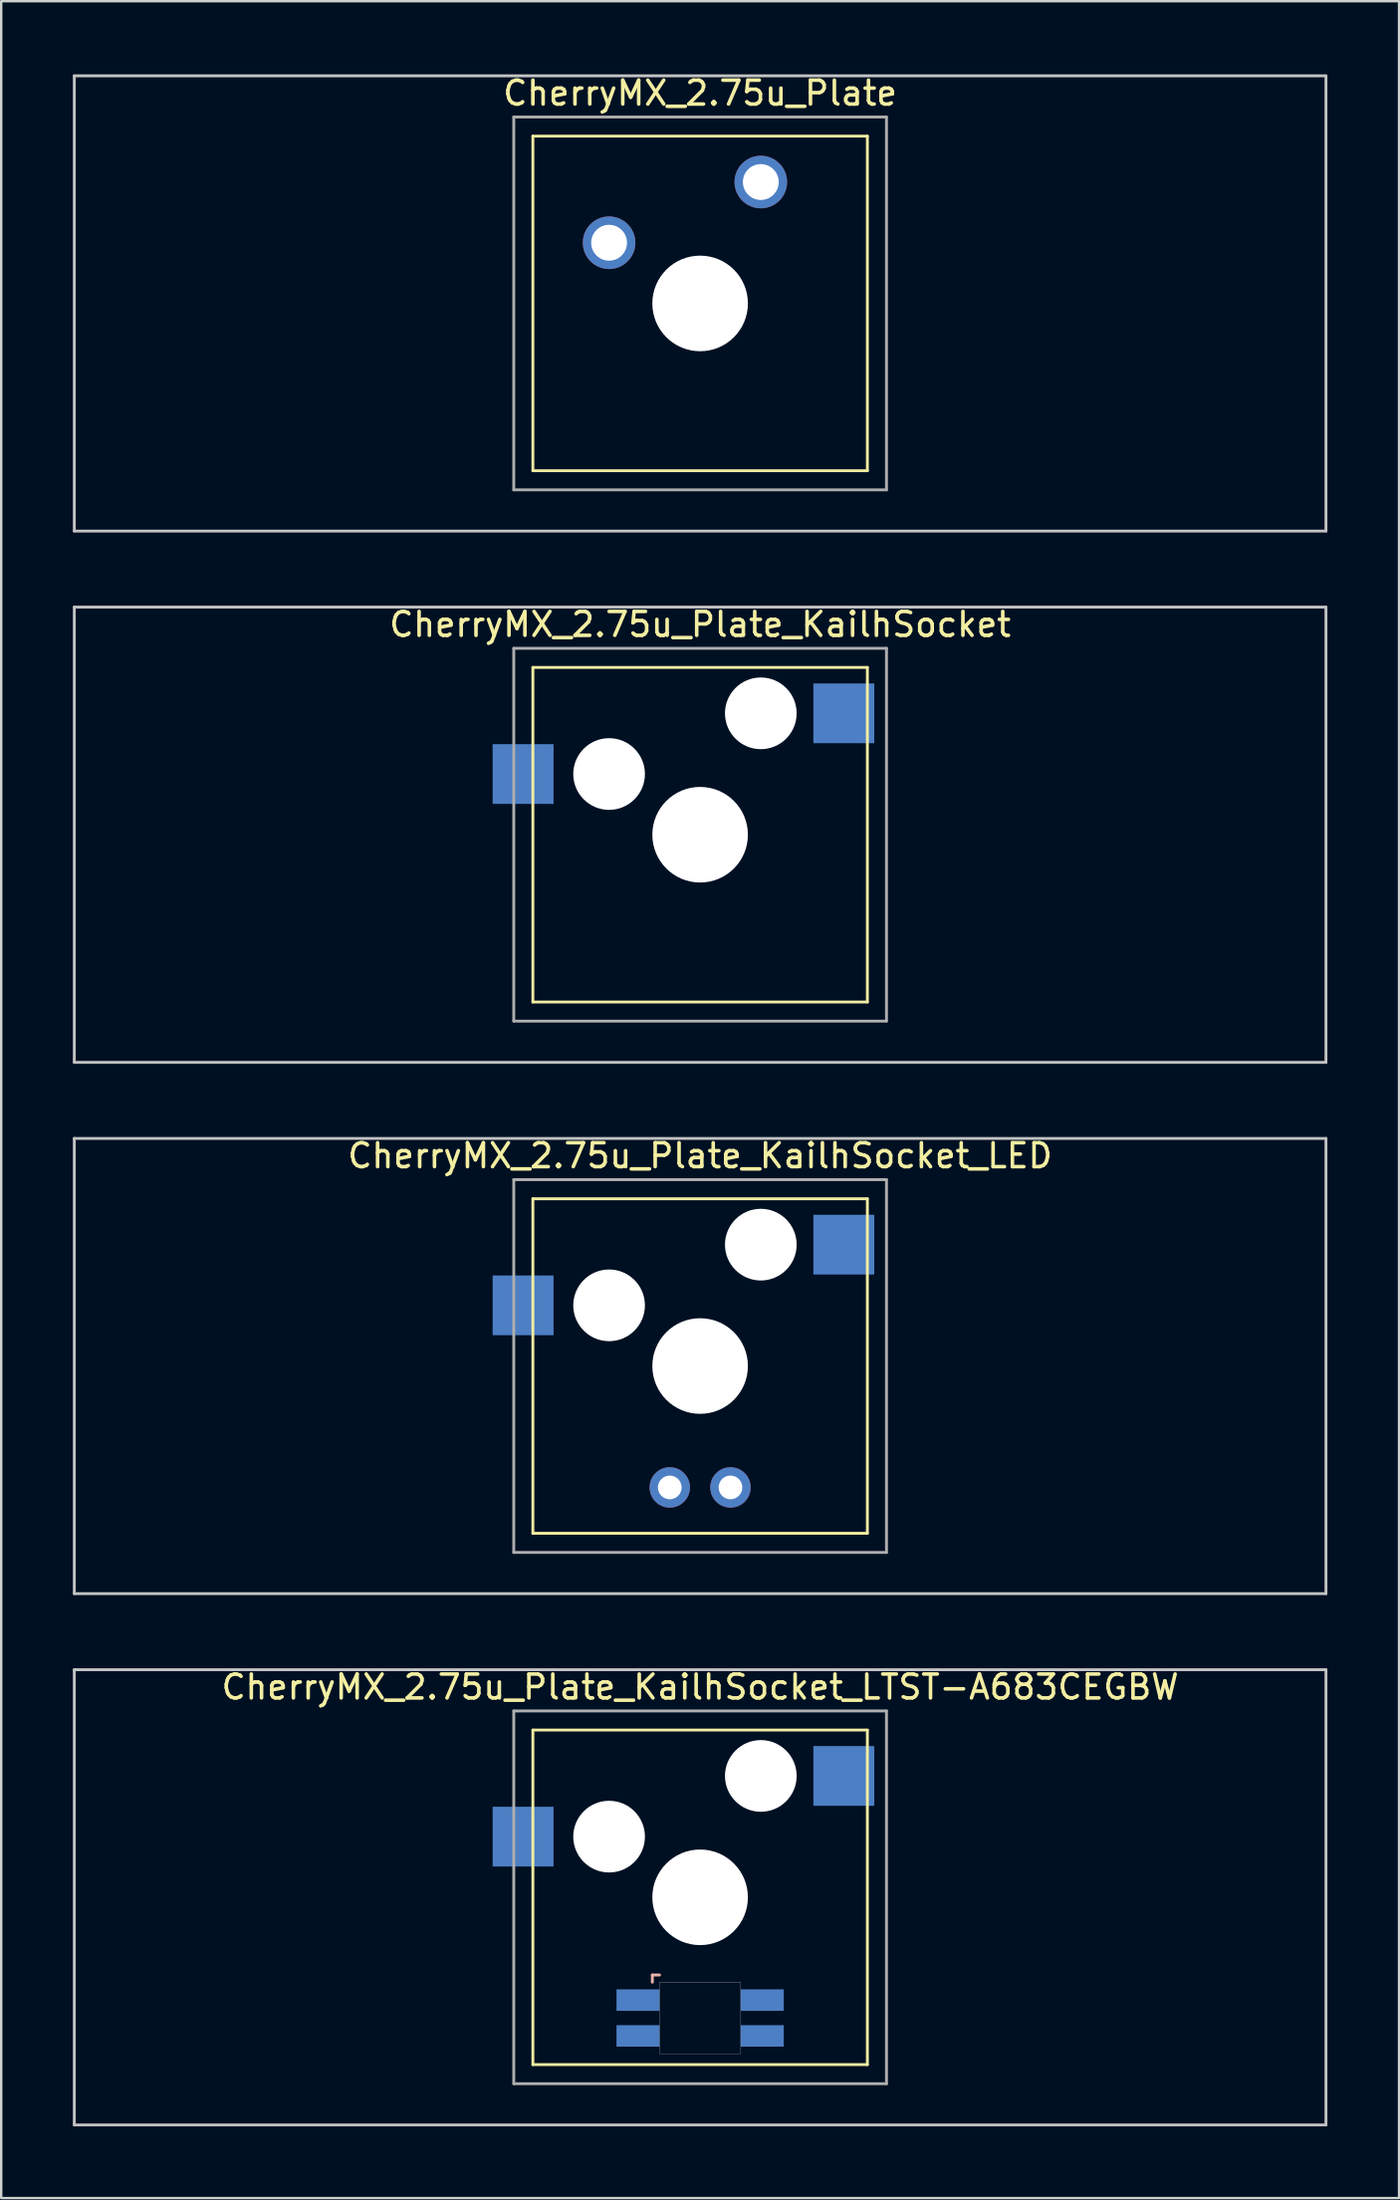
<source format=kicad_pcb>
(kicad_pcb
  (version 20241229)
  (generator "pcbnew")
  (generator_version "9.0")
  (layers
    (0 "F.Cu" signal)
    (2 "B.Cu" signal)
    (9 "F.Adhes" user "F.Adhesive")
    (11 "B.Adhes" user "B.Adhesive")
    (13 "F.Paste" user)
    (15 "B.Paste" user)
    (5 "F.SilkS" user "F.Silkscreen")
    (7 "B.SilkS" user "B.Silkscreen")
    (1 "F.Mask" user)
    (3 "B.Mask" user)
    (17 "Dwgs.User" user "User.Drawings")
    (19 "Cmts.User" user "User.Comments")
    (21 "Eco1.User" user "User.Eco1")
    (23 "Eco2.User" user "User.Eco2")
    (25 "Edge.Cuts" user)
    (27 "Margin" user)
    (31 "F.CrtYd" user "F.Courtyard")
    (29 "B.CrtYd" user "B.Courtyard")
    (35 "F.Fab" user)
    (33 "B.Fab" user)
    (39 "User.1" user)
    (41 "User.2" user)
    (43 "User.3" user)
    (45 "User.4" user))
  (footprint "CherryMX_2.75u_Plate"
    (layer "F.Cu")
    (at 26.254 9.648)
    (property "Reference" "CherryMX_2.75u_Plate" (at 0 -8.8 0) (layer "F.SilkS") (effects (font (size 1 1) (thickness 0.15))))
    (attr through_hole)
    (fp_line (start -7 -7) (end -7 7) (stroke (width 0.12) (type solid)) (layer "F.SilkS"))
    (fp_line (start -7 -7) (end 7 -7) (stroke (width 0.12) (type solid)) (layer "F.SilkS"))
    (fp_line (start 7 -7) (end 7 7) (stroke (width 0.12) (type solid)) (layer "F.SilkS"))
    (fp_line (start 7 7) (end -7 7) (stroke (width 0.12) (type solid)) (layer "F.SilkS"))
    (fp_line (start -26.194 -9.525) (end 26.194 -9.525) (stroke (width 0.12) (type solid)) (layer "Dwgs.User"))
    (fp_line (start -26.194 9.525) (end -26.194 -9.525) (stroke (width 0.12) (type solid)) (layer "Dwgs.User"))
    (fp_line (start 26.194 -9.525) (end 26.194 9.525) (stroke (width 0.12) (type solid)) (layer "Dwgs.User"))
    (fp_line (start 26.194 9.525) (end -26.194 9.525) (stroke (width 0.12) (type solid)) (layer "Dwgs.User"))
    (fp_line (start -7.8 -7.8) (end -7.8 7.8) (stroke (width 0.12) (type solid)) (layer "F.Fab"))
    (fp_line (start -7.8 -7.8) (end 7.8 -7.8) (stroke (width 0.12) (type solid)) (layer "F.Fab"))
    (fp_line (start -7.8 7.8) (end 7.8 7.8) (stroke (width 0.12) (type solid)) (layer "F.Fab"))
    (fp_line (start 7.8 -7.8) (end 7.8 7.8) (stroke (width 0.12) (type solid)) (layer "F.Fab"))
    (pad "" np_thru_hole circle (at 0 0) (size 4 4) (drill 4) (layers "*.Cu" "*.Mask"))
    (pad "1" thru_hole circle (at -3.81 -2.54) (size 2.2 2.2) (drill 1.5) (layers "*.Cu" "*.Mask"))
    (pad "2" thru_hole circle (at 2.54 -5.08) (size 2.2 2.2) (drill 1.5) (layers "*.Cu" "*.Mask")))
  (footprint "CherryMX_2.75u_Plate_KailhSocket_LTST-A683CEGBW"
    (layer "F.Cu")
    (at 26.254 76.348)
    (property "Reference" "CherryMX_2.75u_Plate_KailhSocket_LTST-A683CEGBW" (at 0 -8.8 0) (layer "F.SilkS") (effects (font (size 1 1) (thickness 0.15))))
    (attr through_hole)
    (fp_line (start -7 -7) (end -7 7) (stroke (width 0.12) (type solid)) (layer "F.SilkS"))
    (fp_line (start -7 -7) (end 7 -7) (stroke (width 0.12) (type solid)) (layer "F.SilkS"))
    (fp_line (start 7 -7) (end 7 7) (stroke (width 0.12) (type solid)) (layer "F.SilkS"))
    (fp_line (start 7 7) (end -7 7) (stroke (width 0.12) (type solid)) (layer "F.SilkS"))
    (fp_line (start -2 3.25) (end -2 3.55) (stroke (width 0.12) (type solid)) (layer "B.SilkS"))
    (fp_line (start -1.7 3.25) (end -2 3.25) (stroke (width 0.12) (type solid)) (layer "B.SilkS"))
    (fp_line (start -26.194 -9.525) (end 26.194 -9.525) (stroke (width 0.12) (type solid)) (layer "Dwgs.User"))
    (fp_line (start -26.194 9.525) (end -26.194 -9.525) (stroke (width 0.12) (type solid)) (layer "Dwgs.User"))
    (fp_line (start 26.194 -9.525) (end 26.194 9.525) (stroke (width 0.12) (type solid)) (layer "Dwgs.User"))
    (fp_line (start 26.194 9.525) (end -26.194 9.525) (stroke (width 0.12) (type solid)) (layer "Dwgs.User"))
    (fp_poly (pts (xy 1.7 6.55) (xy -1.7 6.55) (xy -1.7 3.55) (xy 1.7 3.55)) (stroke (width 0.01) (type solid)) (fill no) (layer "Edge.Cuts"))
    (fp_line (start -7.8 -7.8) (end -7.8 7.8) (stroke (width 0.12) (type solid)) (layer "F.Fab"))
    (fp_line (start -7.8 -7.8) (end 7.8 -7.8) (stroke (width 0.12) (type solid)) (layer "F.Fab"))
    (fp_line (start -7.8 7.8) (end 7.8 7.8) (stroke (width 0.12) (type solid)) (layer "F.Fab"))
    (fp_line (start 7.8 -7.8) (end 7.8 7.8) (stroke (width 0.12) (type solid)) (layer "F.Fab"))
    (pad "" np_thru_hole circle (at -3.81 -2.54) (size 3 3) (drill 3) (layers "*.Cu" "*.Mask"))
    (pad "" np_thru_hole circle (at 0 0) (size 4 4) (drill 4) (layers "*.Cu" "*.Mask"))
    (pad "" np_thru_hole circle (at 2.54 -5.08) (size 3 3) (drill 3) (layers "*.Cu" "*.Mask"))
    (pad "1" smd rect (at -7.41 -2.54) (size 2.55 2.5) (layers "B.Cu" "B.Mask" "B.Paste"))
    (pad "2" smd rect (at 6.015 -5.08) (size 2.55 2.5) (layers "B.Cu" "B.Mask" "B.Paste"))
    (pad "3" smd rect (at -2.6 4.3) (size 1.8 0.9) (layers "B.Cu" "B.Mask" "B.Paste"))
    (pad "4" smd rect (at -2.6 5.8) (size 1.8 0.9) (layers "B.Cu" "B.Mask" "B.Paste"))
    (pad "5" smd rect (at 2.6 4.3) (size 1.8 0.9) (layers "B.Cu" "B.Mask" "B.Paste"))
    (pad "6" smd rect (at 2.6 5.8) (size 1.8 0.9) (layers "B.Cu" "B.Mask" "B.Paste")))
  (footprint "CherryMX_2.75u_Plate_KailhSocket_LED"
    (layer "F.Cu")
    (at 26.254 54.115)
    (property "Reference" "CherryMX_2.75u_Plate_KailhSocket_LED" (at 0 -8.8 0) (layer "F.SilkS") (effects (font (size 1 1) (thickness 0.15))))
    (attr through_hole)
    (fp_line (start -7 -7) (end -7 7) (stroke (width 0.12) (type solid)) (layer "F.SilkS"))
    (fp_line (start -7 -7) (end 7 -7) (stroke (width 0.12) (type solid)) (layer "F.SilkS"))
    (fp_line (start 7 -7) (end 7 7) (stroke (width 0.12) (type solid)) (layer "F.SilkS"))
    (fp_line (start 7 7) (end -7 7) (stroke (width 0.12) (type solid)) (layer "F.SilkS"))
    (fp_line (start -26.194 -9.525) (end 26.194 -9.525) (stroke (width 0.12) (type solid)) (layer "Dwgs.User"))
    (fp_line (start -26.194 9.525) (end -26.194 -9.525) (stroke (width 0.12) (type solid)) (layer "Dwgs.User"))
    (fp_line (start 26.194 -9.525) (end 26.194 9.525) (stroke (width 0.12) (type solid)) (layer "Dwgs.User"))
    (fp_line (start 26.194 9.525) (end -26.194 9.525) (stroke (width 0.12) (type solid)) (layer "Dwgs.User"))
    (fp_line (start -7.8 -7.8) (end -7.8 7.8) (stroke (width 0.12) (type solid)) (layer "F.Fab"))
    (fp_line (start -7.8 -7.8) (end 7.8 -7.8) (stroke (width 0.12) (type solid)) (layer "F.Fab"))
    (fp_line (start -7.8 7.8) (end 7.8 7.8) (stroke (width 0.12) (type solid)) (layer "F.Fab"))
    (fp_line (start 7.8 -7.8) (end 7.8 7.8) (stroke (width 0.12) (type solid)) (layer "F.Fab"))
    (pad "" np_thru_hole circle (at -3.81 -2.54) (size 3 3) (drill 3) (layers "*.Cu" "*.Mask"))
    (pad "" np_thru_hole circle (at 0 0) (size 4 4) (drill 4) (layers "*.Cu" "*.Mask"))
    (pad "" np_thru_hole circle (at 2.54 -5.08) (size 3 3) (drill 3) (layers "*.Cu" "*.Mask"))
    (pad "1" smd rect (at -7.41 -2.54) (size 2.55 2.5) (layers "B.Cu" "B.Mask" "B.Paste"))
    (pad "2" smd rect (at 6.015 -5.08) (size 2.55 2.5) (layers "B.Cu" "B.Mask" "B.Paste"))
    (pad "3" thru_hole circle (at -1.27 5.08) (size 1.691 1.691) (drill 0.991) (layers "*.Cu" "*.Mask"))
    (pad "4" thru_hole circle (at 1.27 5.08) (size 1.691 1.691) (drill 0.991) (layers "*.Cu" "*.Mask")))
  (footprint "CherryMX_2.75u_Plate_KailhSocket"
    (layer "F.Cu")
    (at 26.254 31.881)
    (property "Reference" "CherryMX_2.75u_Plate_KailhSocket" (at 0 -8.8 0) (layer "F.SilkS") (effects (font (size 1 1) (thickness 0.15))))
    (attr through_hole)
    (fp_line (start -7 -7) (end -7 7) (stroke (width 0.12) (type solid)) (layer "F.SilkS"))
    (fp_line (start -7 -7) (end 7 -7) (stroke (width 0.12) (type solid)) (layer "F.SilkS"))
    (fp_line (start 7 -7) (end 7 7) (stroke (width 0.12) (type solid)) (layer "F.SilkS"))
    (fp_line (start 7 7) (end -7 7) (stroke (width 0.12) (type solid)) (layer "F.SilkS"))
    (fp_line (start -26.194 -9.525) (end 26.194 -9.525) (stroke (width 0.12) (type solid)) (layer "Dwgs.User"))
    (fp_line (start -26.194 9.525) (end -26.194 -9.525) (stroke (width 0.12) (type solid)) (layer "Dwgs.User"))
    (fp_line (start 26.194 -9.525) (end 26.194 9.525) (stroke (width 0.12) (type solid)) (layer "Dwgs.User"))
    (fp_line (start 26.194 9.525) (end -26.194 9.525) (stroke (width 0.12) (type solid)) (layer "Dwgs.User"))
    (fp_line (start -7.8 -7.8) (end -7.8 7.8) (stroke (width 0.12) (type solid)) (layer "F.Fab"))
    (fp_line (start -7.8 -7.8) (end 7.8 -7.8) (stroke (width 0.12) (type solid)) (layer "F.Fab"))
    (fp_line (start -7.8 7.8) (end 7.8 7.8) (stroke (width 0.12) (type solid)) (layer "F.Fab"))
    (fp_line (start 7.8 -7.8) (end 7.8 7.8) (stroke (width 0.12) (type solid)) (layer "F.Fab"))
    (pad "" np_thru_hole circle (at -3.81 -2.54) (size 3 3) (drill 3) (layers "*.Cu" "*.Mask"))
    (pad "" np_thru_hole circle (at 0 0) (size 4 4) (drill 4) (layers "*.Cu" "*.Mask"))
    (pad "" np_thru_hole circle (at 2.54 -5.08) (size 3 3) (drill 3) (layers "*.Cu" "*.Mask"))
    (pad "1" smd rect (at -7.41 -2.54) (size 2.55 2.5) (layers "B.Cu" "B.Mask" "B.Paste"))
    (pad "2" smd rect (at 6.015 -5.08) (size 2.55 2.5) (layers "B.Cu" "B.Mask" "B.Paste")))
  (gr_rect
    (start -3 -3)
    (end 55.508 88.933)
    (stroke (width 0.1) (type default))
    (fill no)
    (layer "Edge.Cuts")))
</source>
